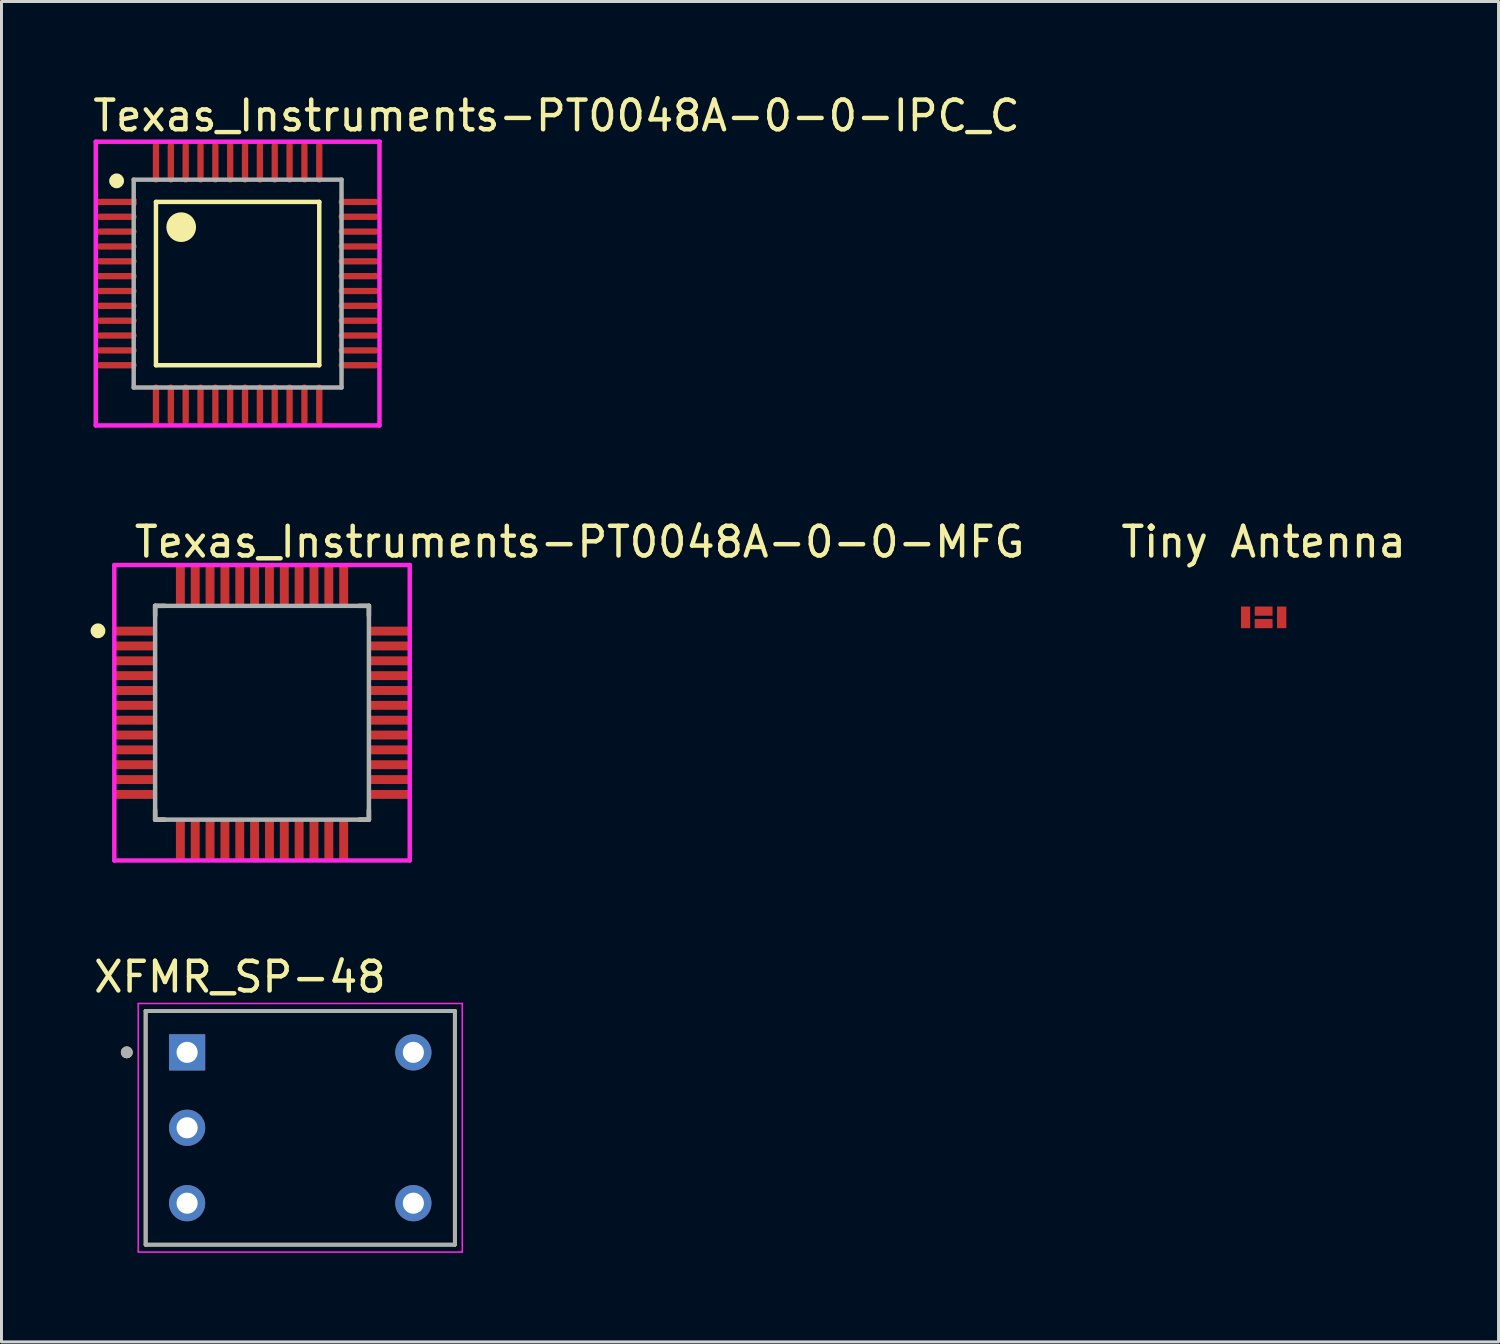
<source format=kicad_pcb>
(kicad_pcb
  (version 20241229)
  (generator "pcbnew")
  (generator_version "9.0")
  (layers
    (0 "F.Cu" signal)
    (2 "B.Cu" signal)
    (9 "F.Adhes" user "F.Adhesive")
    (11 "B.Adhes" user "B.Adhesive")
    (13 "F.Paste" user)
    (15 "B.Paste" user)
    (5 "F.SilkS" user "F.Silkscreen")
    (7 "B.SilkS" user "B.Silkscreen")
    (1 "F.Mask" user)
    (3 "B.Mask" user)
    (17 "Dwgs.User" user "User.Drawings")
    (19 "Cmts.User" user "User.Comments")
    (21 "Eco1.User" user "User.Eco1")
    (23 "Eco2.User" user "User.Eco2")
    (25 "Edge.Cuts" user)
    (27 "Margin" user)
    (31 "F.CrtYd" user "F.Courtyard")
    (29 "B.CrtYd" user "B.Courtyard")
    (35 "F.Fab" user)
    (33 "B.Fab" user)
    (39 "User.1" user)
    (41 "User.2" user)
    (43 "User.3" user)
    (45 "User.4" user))
  (footprint "XFMR_SP-48"
    (layer "F.Cu")
    (at 7.062 34.934)
    (property "Reference" "XFMR_SP-48" (at -2.032 -5.08 0) (layer "F.SilkS") (effects (font (size 1 1) (thickness 0.15))))
    (attr through_hole)
    (fp_line (start -5.207 -3.937) (end 5.207 -3.937) (stroke (width 0.127) (type solid)) (layer "F.SilkS"))
    (fp_line (start -5.207 3.937) (end -5.207 -3.937) (stroke (width 0.127) (type solid)) (layer "F.SilkS"))
    (fp_line (start 5.207 -3.937) (end 5.207 3.937) (stroke (width 0.127) (type solid)) (layer "F.SilkS"))
    (fp_line (start 5.207 3.937) (end -5.207 3.937) (stroke (width 0.127) (type solid)) (layer "F.SilkS"))
    (fp_circle (center -5.842 -2.54) (end -5.742 -2.54) (stroke (width 0.2) (type solid)) (fill no) (layer "F.SilkS"))
    (fp_line (start -5.457 -4.187) (end 5.457 -4.187) (stroke (width 0.05) (type solid)) (layer "F.CrtYd"))
    (fp_line (start -5.457 4.187) (end -5.457 -4.187) (stroke (width 0.05) (type solid)) (layer "F.CrtYd"))
    (fp_line (start 5.457 -4.187) (end 5.457 4.187) (stroke (width 0.05) (type solid)) (layer "F.CrtYd"))
    (fp_line (start 5.457 4.187) (end -5.457 4.187) (stroke (width 0.05) (type solid)) (layer "F.CrtYd"))
    (fp_line (start -5.207 -3.937) (end 5.207 -3.937) (stroke (width 0.127) (type solid)) (layer "F.Fab"))
    (fp_line (start -5.207 3.937) (end -5.207 -3.937) (stroke (width 0.127) (type solid)) (layer "F.Fab"))
    (fp_line (start 5.207 -3.937) (end 5.207 3.937) (stroke (width 0.127) (type solid)) (layer "F.Fab"))
    (fp_line (start 5.207 3.937) (end -5.207 3.937) (stroke (width 0.127) (type solid)) (layer "F.Fab"))
    (fp_circle (center -5.842 -2.54) (end -5.742 -2.54) (stroke (width 0.2) (type solid)) (fill no) (layer "F.Fab"))
    (pad "1" thru_hole rect (at -3.81 -2.54) (size 1.219 1.219) (drill 0.711) (layers "*.Cu" "*.Mask"))
    (pad "2" thru_hole circle (at -3.81 0) (size 1.219 1.219) (drill 0.711) (layers "*.Cu" "*.Mask"))
    (pad "3" thru_hole circle (at -3.81 2.54) (size 1.219 1.219) (drill 0.711) (layers "*.Cu" "*.Mask"))
    (pad "4" thru_hole circle (at 3.81 2.54) (size 1.219 1.219) (drill 0.711) (layers "*.Cu" "*.Mask"))
    (pad "5" thru_hole circle (at 3.81 -2.54) (size 1.219 1.219) (drill 0.711) (layers "*.Cu" "*.Mask")))
  (footprint "Texas_Instruments-PT0048A-0-0-IPC_C"
    (layer "F.Cu")
    (at 4.953 6.501)
    (property "Reference" "Texas_Instruments-PT0048A-0-0-IPC_C" (at -4.953 -5.653 0) (layer "F.SilkS") (effects (font (size 1 1) (thickness 0.15)) (justify left)))
    (attr through_hole)
    (fp_line (start -2.75 -2.75) (end 2.75 -2.75) (stroke (width 0.15) (type solid)) (layer "F.SilkS"))
    (fp_line (start -2.75 2.75) (end -2.75 -2.75) (stroke (width 0.15) (type solid)) (layer "F.SilkS"))
    (fp_line (start 2.75 -2.75) (end 2.75 2.75) (stroke (width 0.15) (type solid)) (layer "F.SilkS"))
    (fp_line (start 2.75 2.75) (end -2.75 2.75) (stroke (width 0.15) (type solid)) (layer "F.SilkS"))
    (fp_circle (center -4.075 -3.46) (end -3.95 -3.46) (stroke (width 0.25) (type solid)) (fill no) (layer "F.SilkS"))
    (fp_circle (center -1.9 -1.9) (end -1.65 -1.9) (stroke (width 0.5) (type solid)) (fill no) (layer "F.SilkS"))
    (fp_line (start -4.778 -4.778) (end -4.778 4.778) (stroke (width 0.15) (type solid)) (layer "F.CrtYd"))
    (fp_line (start -4.778 4.778) (end 4.778 4.778) (stroke (width 0.15) (type solid)) (layer "F.CrtYd"))
    (fp_line (start 4.778 -4.778) (end -4.778 -4.778) (stroke (width 0.15) (type solid)) (layer "F.CrtYd"))
    (fp_line (start 4.778 -4.778) (end 4.778 -4.778) (stroke (width 0.15) (type solid)) (layer "F.CrtYd"))
    (fp_line (start 4.778 4.778) (end 4.778 -4.778) (stroke (width 0.15) (type solid)) (layer "F.CrtYd"))
    (fp_line (start -3.5 -3.5) (end 3.5 -3.5) (stroke (width 0.15) (type solid)) (layer "F.Fab"))
    (fp_line (start -3.5 3.5) (end -3.5 -3.5) (stroke (width 0.15) (type solid)) (layer "F.Fab"))
    (fp_line (start 3.5 -3.5) (end 3.5 3.5) (stroke (width 0.15) (type solid)) (layer "F.Fab"))
    (fp_line (start 3.5 3.5) (end -3.5 3.5) (stroke (width 0.15) (type solid)) (layer "F.Fab"))
    (pad "1" smd rect (at -4.075 -2.75) (size 1.355 0.212) (layers "F.Cu" "F.Mask" "F.Paste"))
    (pad "2" smd roundrect (at -4.075 -2.25) (size 1.355 0.212) (layers "F.Cu" "F.Mask" "F.Paste") (roundrect_rratio 0.5))
    (pad "3" smd roundrect (at -4.075 -1.75) (size 1.355 0.212) (layers "F.Cu" "F.Mask" "F.Paste") (roundrect_rratio 0.5))
    (pad "4" smd roundrect (at -4.075 -1.25) (size 1.355 0.212) (layers "F.Cu" "F.Mask" "F.Paste") (roundrect_rratio 0.5))
    (pad "5" smd roundrect (at -4.075 -0.75) (size 1.355 0.212) (layers "F.Cu" "F.Mask" "F.Paste") (roundrect_rratio 0.5))
    (pad "6" smd roundrect (at -4.075 -0.25) (size 1.355 0.212) (layers "F.Cu" "F.Mask" "F.Paste") (roundrect_rratio 0.5))
    (pad "7" smd roundrect (at -4.075 0.25) (size 1.355 0.212) (layers "F.Cu" "F.Mask" "F.Paste") (roundrect_rratio 0.5))
    (pad "8" smd roundrect (at -4.075 0.75) (size 1.355 0.212) (layers "F.Cu" "F.Mask" "F.Paste") (roundrect_rratio 0.5))
    (pad "9" smd roundrect (at -4.075 1.25) (size 1.355 0.212) (layers "F.Cu" "F.Mask" "F.Paste") (roundrect_rratio 0.5))
    (pad "10" smd roundrect (at -4.075 1.75) (size 1.355 0.212) (layers "F.Cu" "F.Mask" "F.Paste") (roundrect_rratio 0.5))
    (pad "11" smd roundrect (at -4.075 2.25) (size 1.355 0.212) (layers "F.Cu" "F.Mask" "F.Paste") (roundrect_rratio 0.5))
    (pad "12" smd roundrect (at -4.075 2.75) (size 1.355 0.212) (layers "F.Cu" "F.Mask" "F.Paste") (roundrect_rratio 0.5))
    (pad "13" smd roundrect (at -2.75 4.075) (size 0.212 1.355) (layers "F.Cu" "F.Mask" "F.Paste") (roundrect_rratio 0.5))
    (pad "14" smd roundrect (at -2.25 4.075) (size 0.212 1.355) (layers "F.Cu" "F.Mask" "F.Paste") (roundrect_rratio 0.5))
    (pad "15" smd roundrect (at -1.75 4.075) (size 0.212 1.355) (layers "F.Cu" "F.Mask" "F.Paste") (roundrect_rratio 0.5))
    (pad "16" smd roundrect (at -1.25 4.075) (size 0.212 1.355) (layers "F.Cu" "F.Mask" "F.Paste") (roundrect_rratio 0.5))
    (pad "17" smd roundrect (at -0.75 4.075) (size 0.212 1.355) (layers "F.Cu" "F.Mask" "F.Paste") (roundrect_rratio 0.5))
    (pad "18" smd roundrect (at -0.25 4.075) (size 0.212 1.355) (layers "F.Cu" "F.Mask" "F.Paste") (roundrect_rratio 0.5))
    (pad "19" smd roundrect (at 0.25 4.075) (size 0.212 1.355) (layers "F.Cu" "F.Mask" "F.Paste") (roundrect_rratio 0.5))
    (pad "20" smd roundrect (at 0.75 4.075) (size 0.212 1.355) (layers "F.Cu" "F.Mask" "F.Paste") (roundrect_rratio 0.5))
    (pad "21" smd roundrect (at 1.25 4.075) (size 0.212 1.355) (layers "F.Cu" "F.Mask" "F.Paste") (roundrect_rratio 0.5))
    (pad "22" smd roundrect (at 1.75 4.075) (size 0.212 1.355) (layers "F.Cu" "F.Mask" "F.Paste") (roundrect_rratio 0.5))
    (pad "23" smd roundrect (at 2.25 4.075) (size 0.212 1.355) (layers "F.Cu" "F.Mask" "F.Paste") (roundrect_rratio 0.5))
    (pad "24" smd roundrect (at 2.75 4.075) (size 0.212 1.355) (layers "F.Cu" "F.Mask" "F.Paste") (roundrect_rratio 0.5))
    (pad "25" smd roundrect (at 4.075 2.75) (size 1.355 0.212) (layers "F.Cu" "F.Mask" "F.Paste") (roundrect_rratio 0.5))
    (pad "26" smd roundrect (at 4.075 2.25) (size 1.355 0.212) (layers "F.Cu" "F.Mask" "F.Paste") (roundrect_rratio 0.5))
    (pad "27" smd roundrect (at 4.075 1.75) (size 1.355 0.212) (layers "F.Cu" "F.Mask" "F.Paste") (roundrect_rratio 0.5))
    (pad "28" smd roundrect (at 4.075 1.25) (size 1.355 0.212) (layers "F.Cu" "F.Mask" "F.Paste") (roundrect_rratio 0.5))
    (pad "29" smd roundrect (at 4.075 0.75) (size 1.355 0.212) (layers "F.Cu" "F.Mask" "F.Paste") (roundrect_rratio 0.5))
    (pad "30" smd roundrect (at 4.075 0.25) (size 1.355 0.212) (layers "F.Cu" "F.Mask" "F.Paste") (roundrect_rratio 0.5))
    (pad "31" smd roundrect (at 4.075 -0.25) (size 1.355 0.212) (layers "F.Cu" "F.Mask" "F.Paste") (roundrect_rratio 0.5))
    (pad "32" smd roundrect (at 4.075 -0.75) (size 1.355 0.212) (layers "F.Cu" "F.Mask" "F.Paste") (roundrect_rratio 0.5))
    (pad "33" smd roundrect (at 4.075 -1.25) (size 1.355 0.212) (layers "F.Cu" "F.Mask" "F.Paste") (roundrect_rratio 0.5))
    (pad "34" smd roundrect (at 4.075 -1.75) (size 1.355 0.212) (layers "F.Cu" "F.Mask" "F.Paste") (roundrect_rratio 0.5))
    (pad "35" smd roundrect (at 4.075 -2.25) (size 1.355 0.212) (layers "F.Cu" "F.Mask" "F.Paste") (roundrect_rratio 0.5))
    (pad "36" smd roundrect (at 4.075 -2.75) (size 1.355 0.212) (layers "F.Cu" "F.Mask" "F.Paste") (roundrect_rratio 0.5))
    (pad "37" smd roundrect (at 2.75 -4.075) (size 0.212 1.355) (layers "F.Cu" "F.Mask" "F.Paste") (roundrect_rratio 0.5))
    (pad "38" smd roundrect (at 2.25 -4.075) (size 0.212 1.355) (layers "F.Cu" "F.Mask" "F.Paste") (roundrect_rratio 0.5))
    (pad "39" smd roundrect (at 1.75 -4.075) (size 0.212 1.355) (layers "F.Cu" "F.Mask" "F.Paste") (roundrect_rratio 0.5))
    (pad "40" smd roundrect (at 1.25 -4.075) (size 0.212 1.355) (layers "F.Cu" "F.Mask" "F.Paste") (roundrect_rratio 0.5))
    (pad "41" smd roundrect (at 0.75 -4.075) (size 0.212 1.355) (layers "F.Cu" "F.Mask" "F.Paste") (roundrect_rratio 0.5))
    (pad "42" smd roundrect (at 0.25 -4.075) (size 0.212 1.355) (layers "F.Cu" "F.Mask" "F.Paste") (roundrect_rratio 0.5))
    (pad "43" smd roundrect (at -0.25 -4.075) (size 0.212 1.355) (layers "F.Cu" "F.Mask" "F.Paste") (roundrect_rratio 0.5))
    (pad "44" smd roundrect (at -0.75 -4.075) (size 0.212 1.355) (layers "F.Cu" "F.Mask" "F.Paste") (roundrect_rratio 0.5))
    (pad "45" smd roundrect (at -1.25 -4.075) (size 0.212 1.355) (layers "F.Cu" "F.Mask" "F.Paste") (roundrect_rratio 0.5))
    (pad "46" smd roundrect (at -1.75 -4.075) (size 0.212 1.355) (layers "F.Cu" "F.Mask" "F.Paste") (roundrect_rratio 0.5))
    (pad "47" smd roundrect (at -2.25 -4.075) (size 0.212 1.355) (layers "F.Cu" "F.Mask" "F.Paste") (roundrect_rratio 0.5))
    (pad "48" smd roundrect (at -2.75 -4.075) (size 0.212 1.355) (layers "F.Cu" "F.Mask" "F.Paste") (roundrect_rratio 0.5)))
  (footprint "Texas_Instruments-PT0048A-0-0-MFG"
    (layer "F.Cu")
    (at 5.775 20.956)
    (property "Reference" "Texas_Instruments-PT0048A-0-0-MFG" (at -4.378 -5.753 0) (layer "F.SilkS") (effects (font (size 1 1) (thickness 0.15)) (justify left)))
    (attr through_hole)
    (fp_line (start -3.6 -3.6) (end -3.275 -3.6) (stroke (width 0.15) (type solid)) (layer "F.SilkS"))
    (fp_line (start -3.6 -3.275) (end -3.6 -3.6) (stroke (width 0.15) (type solid)) (layer "F.SilkS"))
    (fp_line (start -3.6 3.6) (end -3.6 3.275) (stroke (width 0.15) (type solid)) (layer "F.SilkS"))
    (fp_line (start -3.6 3.6) (end -3.275 3.6) (stroke (width 0.15) (type solid)) (layer "F.SilkS"))
    (fp_line (start 3.275 -3.6) (end 3.6 -3.6) (stroke (width 0.15) (type solid)) (layer "F.SilkS"))
    (fp_line (start 3.275 3.6) (end 3.6 3.6) (stroke (width 0.15) (type solid)) (layer "F.SilkS"))
    (fp_line (start 3.6 -3.275) (end 3.6 -3.6) (stroke (width 0.15) (type solid)) (layer "F.SilkS"))
    (fp_line (start 3.6 3.6) (end 3.6 3.275) (stroke (width 0.15) (type solid)) (layer "F.SilkS"))
    (fp_circle (center -5.525 -2.76) (end -5.4 -2.76) (stroke (width 0.25) (type solid)) (fill no) (layer "F.SilkS"))
    (fp_line (start -4.975 -4.975) (end -4.975 4.975) (stroke (width 0.15) (type solid)) (layer "F.CrtYd"))
    (fp_line (start -4.975 4.975) (end 4.975 4.975) (stroke (width 0.15) (type solid)) (layer "F.CrtYd"))
    (fp_line (start 4.975 -4.975) (end -4.975 -4.975) (stroke (width 0.15) (type solid)) (layer "F.CrtYd"))
    (fp_line (start 4.975 -4.975) (end 4.975 -4.975) (stroke (width 0.15) (type solid)) (layer "F.CrtYd"))
    (fp_line (start 4.975 4.975) (end 4.975 -4.975) (stroke (width 0.15) (type solid)) (layer "F.CrtYd"))
    (fp_line (start -3.6 -3.6) (end 3.6 -3.6) (stroke (width 0.15) (type solid)) (layer "F.Fab"))
    (fp_line (start -3.6 3.6) (end -3.6 -3.6) (stroke (width 0.15) (type solid)) (layer "F.Fab"))
    (fp_line (start 3.6 -3.6) (end 3.6 3.6) (stroke (width 0.15) (type solid)) (layer "F.Fab"))
    (fp_line (start 3.6 3.6) (end -3.6 3.6) (stroke (width 0.15) (type solid)) (layer "F.Fab"))
    (pad "" smd rect (at -4.25 -2.75) (size 1.35 0.25) (layers "F.Paste"))
    (pad "" smd rect (at -4.25 -2.25) (size 1.35 0.25) (layers "F.Paste"))
    (pad "" smd rect (at -4.25 -1.75) (size 1.35 0.25) (layers "F.Paste"))
    (pad "" smd rect (at -4.25 -1.25) (size 1.35 0.25) (layers "F.Paste"))
    (pad "" smd rect (at -4.25 -0.75) (size 1.35 0.25) (layers "F.Paste"))
    (pad "" smd rect (at -4.25 -0.25) (size 1.35 0.25) (layers "F.Paste"))
    (pad "" smd rect (at -4.25 0.25) (size 1.35 0.25) (layers "F.Paste"))
    (pad "" smd rect (at -4.25 0.75) (size 1.35 0.25) (layers "F.Paste"))
    (pad "" smd rect (at -4.25 1.25) (size 1.35 0.25) (layers "F.Paste"))
    (pad "" smd rect (at -4.25 1.75) (size 1.35 0.25) (layers "F.Paste"))
    (pad "" smd rect (at -4.25 2.25) (size 1.35 0.25) (layers "F.Paste"))
    (pad "" smd rect (at -4.25 2.75) (size 1.35 0.25) (layers "F.Paste"))
    (pad "" smd rect (at -2.75 -4.25) (size 0.25 1.35) (layers "F.Paste"))
    (pad "" smd rect (at -2.75 4.25) (size 0.25 1.35) (layers "F.Paste"))
    (pad "" smd rect (at -2.25 -4.25) (size 0.25 1.35) (layers "F.Paste"))
    (pad "" smd rect (at -2.25 4.25) (size 0.25 1.35) (layers "F.Paste"))
    (pad "" smd rect (at -1.75 -4.25) (size 0.25 1.35) (layers "F.Paste"))
    (pad "" smd rect (at -1.75 4.25) (size 0.25 1.35) (layers "F.Paste"))
    (pad "" smd rect (at -1.25 -4.25) (size 0.25 1.35) (layers "F.Paste"))
    (pad "" smd rect (at -1.25 4.25) (size 0.25 1.35) (layers "F.Paste"))
    (pad "" smd rect (at -0.75 -4.25) (size 0.25 1.35) (layers "F.Paste"))
    (pad "" smd rect (at -0.75 4.25) (size 0.25 1.35) (layers "F.Paste"))
    (pad "" smd rect (at -0.25 -4.25) (size 0.25 1.35) (layers "F.Paste"))
    (pad "" smd rect (at -0.25 4.25) (size 0.25 1.35) (layers "F.Paste"))
    (pad "" smd rect (at 0.25 -4.25) (size 0.25 1.35) (layers "F.Paste"))
    (pad "" smd rect (at 0.25 4.25) (size 0.25 1.35) (layers "F.Paste"))
    (pad "" smd rect (at 0.75 -4.25) (size 0.25 1.35) (layers "F.Paste"))
    (pad "" smd rect (at 0.75 4.25) (size 0.25 1.35) (layers "F.Paste"))
    (pad "" smd rect (at 1.25 -4.25) (size 0.25 1.35) (layers "F.Paste"))
    (pad "" smd rect (at 1.25 4.25) (size 0.25 1.35) (layers "F.Paste"))
    (pad "" smd rect (at 1.75 -4.25) (size 0.25 1.35) (layers "F.Paste"))
    (pad "" smd rect (at 1.75 4.25) (size 0.25 1.35) (layers "F.Paste"))
    (pad "" smd rect (at 2.25 -4.25) (size 0.25 1.35) (layers "F.Paste"))
    (pad "" smd rect (at 2.25 4.25) (size 0.25 1.35) (layers "F.Paste"))
    (pad "" smd rect (at 2.75 -4.25) (size 0.25 1.35) (layers "F.Paste"))
    (pad "" smd rect (at 2.75 4.25) (size 0.25 1.35) (layers "F.Paste"))
    (pad "" smd rect (at 4.25 -2.75) (size 1.35 0.25) (layers "F.Paste"))
    (pad "" smd rect (at 4.25 -2.25) (size 1.35 0.25) (layers "F.Paste"))
    (pad "" smd rect (at 4.25 -1.75) (size 1.35 0.25) (layers "F.Paste"))
    (pad "" smd rect (at 4.25 -1.25) (size 1.35 0.25) (layers "F.Paste"))
    (pad "" smd rect (at 4.25 -0.75) (size 1.35 0.25) (layers "F.Paste"))
    (pad "" smd rect (at 4.25 -0.25) (size 1.35 0.25) (layers "F.Paste"))
    (pad "" smd rect (at 4.25 0.25) (size 1.35 0.25) (layers "F.Paste"))
    (pad "" smd rect (at 4.25 0.75) (size 1.35 0.25) (layers "F.Paste"))
    (pad "" smd rect (at 4.25 1.25) (size 1.35 0.25) (layers "F.Paste"))
    (pad "" smd rect (at 4.25 1.75) (size 1.35 0.25) (layers "F.Paste"))
    (pad "" smd rect (at 4.25 2.25) (size 1.35 0.25) (layers "F.Paste"))
    (pad "" smd rect (at 4.25 2.75) (size 1.35 0.25) (layers "F.Paste"))
    (pad "1" smd rect (at -4.25 -2.75) (size 1.4 0.3) (layers "F.Cu" "F.Mask"))
    (pad "2" smd rect (at -4.25 -2.25) (size 1.4 0.3) (layers "F.Cu" "F.Mask"))
    (pad "3" smd rect (at -4.25 -1.75) (size 1.4 0.3) (layers "F.Cu" "F.Mask"))
    (pad "4" smd rect (at -4.25 -1.25) (size 1.4 0.3) (layers "F.Cu" "F.Mask"))
    (pad "5" smd rect (at -4.25 -0.75) (size 1.4 0.3) (layers "F.Cu" "F.Mask"))
    (pad "6" smd rect (at -4.25 -0.25) (size 1.4 0.3) (layers "F.Cu" "F.Mask"))
    (pad "7" smd rect (at -4.25 0.25) (size 1.4 0.3) (layers "F.Cu" "F.Mask"))
    (pad "8" smd rect (at -4.25 0.75) (size 1.4 0.3) (layers "F.Cu" "F.Mask"))
    (pad "9" smd rect (at -4.25 1.25) (size 1.4 0.3) (layers "F.Cu" "F.Mask"))
    (pad "10" smd rect (at -4.25 1.75) (size 1.4 0.3) (layers "F.Cu" "F.Mask"))
    (pad "11" smd rect (at -4.25 2.25) (size 1.4 0.3) (layers "F.Cu" "F.Mask"))
    (pad "12" smd rect (at -4.25 2.75) (size 1.4 0.3) (layers "F.Cu" "F.Mask"))
    (pad "13" smd rect (at -2.75 4.25) (size 0.3 1.4) (layers "F.Cu" "F.Mask"))
    (pad "14" smd rect (at -2.25 4.25) (size 0.3 1.4) (layers "F.Cu" "F.Mask"))
    (pad "15" smd rect (at -1.75 4.25) (size 0.3 1.4) (layers "F.Cu" "F.Mask"))
    (pad "16" smd rect (at -1.25 4.25) (size 0.3 1.4) (layers "F.Cu" "F.Mask"))
    (pad "17" smd rect (at -0.75 4.25) (size 0.3 1.4) (layers "F.Cu" "F.Mask"))
    (pad "18" smd rect (at -0.25 4.25) (size 0.3 1.4) (layers "F.Cu" "F.Mask"))
    (pad "19" smd rect (at 0.25 4.25) (size 0.3 1.4) (layers "F.Cu" "F.Mask"))
    (pad "20" smd rect (at 0.75 4.25) (size 0.3 1.4) (layers "F.Cu" "F.Mask"))
    (pad "21" smd rect (at 1.25 4.25) (size 0.3 1.4) (layers "F.Cu" "F.Mask"))
    (pad "22" smd rect (at 1.75 4.25) (size 0.3 1.4) (layers "F.Cu" "F.Mask"))
    (pad "23" smd rect (at 2.25 4.25) (size 0.3 1.4) (layers "F.Cu" "F.Mask"))
    (pad "24" smd rect (at 2.75 4.25) (size 0.3 1.4) (layers "F.Cu" "F.Mask"))
    (pad "25" smd rect (at 4.25 2.75) (size 1.4 0.3) (layers "F.Cu" "F.Mask"))
    (pad "26" smd rect (at 4.25 2.25) (size 1.4 0.3) (layers "F.Cu" "F.Mask"))
    (pad "27" smd rect (at 4.25 1.75) (size 1.4 0.3) (layers "F.Cu" "F.Mask"))
    (pad "28" smd rect (at 4.25 1.25) (size 1.4 0.3) (layers "F.Cu" "F.Mask"))
    (pad "29" smd rect (at 4.25 0.75) (size 1.4 0.3) (layers "F.Cu" "F.Mask"))
    (pad "30" smd rect (at 4.25 0.25) (size 1.4 0.3) (layers "F.Cu" "F.Mask"))
    (pad "31" smd rect (at 4.25 -0.25) (size 1.4 0.3) (layers "F.Cu" "F.Mask"))
    (pad "32" smd rect (at 4.25 -0.75) (size 1.4 0.3) (layers "F.Cu" "F.Mask"))
    (pad "33" smd rect (at 4.25 -1.25) (size 1.4 0.3) (layers "F.Cu" "F.Mask"))
    (pad "34" smd rect (at 4.25 -1.75) (size 1.4 0.3) (layers "F.Cu" "F.Mask"))
    (pad "35" smd rect (at 4.25 -2.25) (size 1.4 0.3) (layers "F.Cu" "F.Mask"))
    (pad "36" smd rect (at 4.25 -2.75) (size 1.4 0.3) (layers "F.Cu" "F.Mask"))
    (pad "37" smd rect (at 2.75 -4.25) (size 0.3 1.4) (layers "F.Cu" "F.Mask"))
    (pad "38" smd rect (at 2.25 -4.25) (size 0.3 1.4) (layers "F.Cu" "F.Mask"))
    (pad "39" smd rect (at 1.75 -4.25) (size 0.3 1.4) (layers "F.Cu" "F.Mask"))
    (pad "40" smd rect (at 1.25 -4.25) (size 0.3 1.4) (layers "F.Cu" "F.Mask"))
    (pad "41" smd rect (at 0.75 -4.25) (size 0.3 1.4) (layers "F.Cu" "F.Mask"))
    (pad "42" smd rect (at 0.25 -4.25) (size 0.3 1.4) (layers "F.Cu" "F.Mask"))
    (pad "43" smd rect (at -0.25 -4.25) (size 0.3 1.4) (layers "F.Cu" "F.Mask"))
    (pad "44" smd rect (at -0.75 -4.25) (size 0.3 1.4) (layers "F.Cu" "F.Mask"))
    (pad "45" smd rect (at -1.25 -4.25) (size 0.3 1.4) (layers "F.Cu" "F.Mask"))
    (pad "46" smd rect (at -1.75 -4.25) (size 0.3 1.4) (layers "F.Cu" "F.Mask"))
    (pad "47" smd rect (at -2.25 -4.25) (size 0.3 1.4) (layers "F.Cu" "F.Mask"))
    (pad "48" smd rect (at -2.75 -4.25) (size 0.3 1.4) (layers "F.Cu" "F.Mask")))
  (footprint "Tiny Antenna"
    (layer "F.Cu")
    (at 39.51 17.743)
    (property "Reference" "Tiny Antenna" (at 0 -2.54 0) (layer "F.SilkS") (effects (font (size 1 1) (thickness 0.15))))
    (attr through_hole)
    (pad "" smd rect (at 0 -0.21) (size 0.6 0.31) (layers "F.Cu" "F.Mask" "F.Paste"))
    (pad "" smd rect (at 0 0.21) (size 0.6 0.31) (layers "F.Cu" "F.Mask" "F.Paste"))
    (pad "1" smd rect (at -0.608 0) (size 0.31 0.73) (layers "F.Cu" "F.Mask" "F.Paste"))
    (pad "2" smd rect (at 0.608 0) (size 0.315 0.73) (layers "F.Cu" "F.Mask" "F.Paste")))
  (gr_rect
    (start -3 -3)
    (end 47.421 42.146)
    (stroke (width 0.1) (type default))
    (fill no)
    (layer "Edge.Cuts")))
</source>
